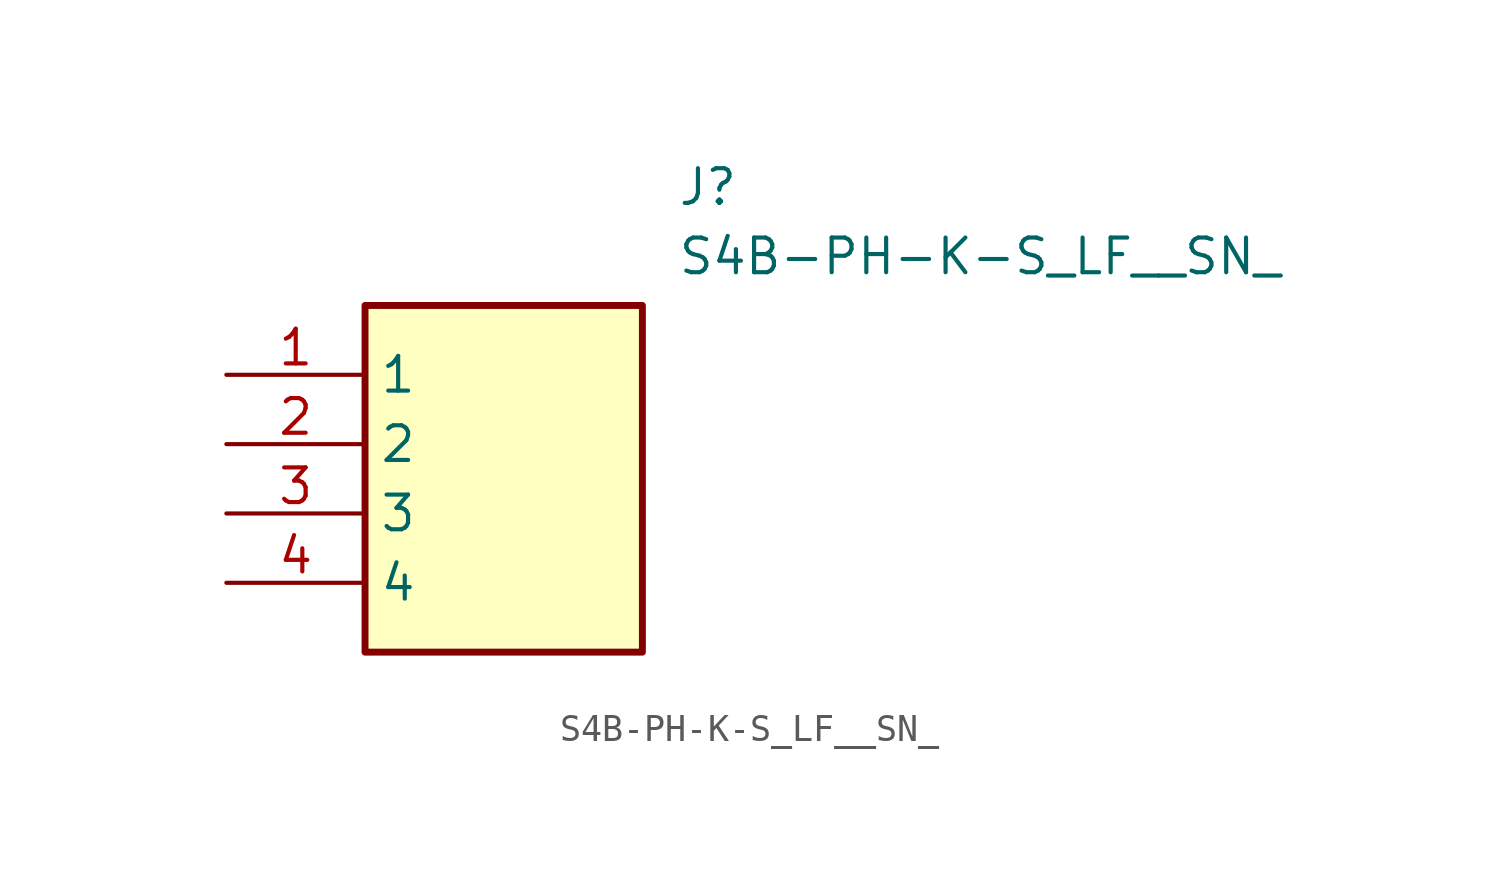
<source format=kicad_sym>
(kicad_symbol_lib
  (version 20211014)
  (generator SamacSys_ECAD_Model)
  (symbol "S4B-PH-K-S_LF__SN_"
    (property "Reference" "J"
      (at 16.51 7.62 0)
      (effects (font (size 1.27 1.27)) (justify left top)))
    (property "Value" "S4B-PH-K-S_LF__SN_"
      (at 16.51 5.08 0)
      (effects (font (size 1.27 1.27)) (justify left top)))
    (rectangle
      (start 5.08 2.54)
      (end 15.24 -10.16)
      (stroke (width 0.254) (type default))
      (fill (type background)))
    (pin passive line
      (at 0 0 0)
      (length 5.08)
      (name "1" (effects (font (size 1.27 1.27))))
      (number "1" (effects (font (size 1.27 1.27)))))
    (pin passive line
      (at 0 -2.54 0)
      (length 5.08)
      (name "2" (effects (font (size 1.27 1.27))))
      (number "2" (effects (font (size 1.27 1.27)))))
    (pin passive line
      (at 0 -5.08 0)
      (length 5.08)
      (name "3" (effects (font (size 1.27 1.27))))
      (number "3" (effects (font (size 1.27 1.27)))))
    (pin passive line
      (at 0 -7.62 0)
      (length 5.08)
      (name "4" (effects (font (size 1.27 1.27))))
      (number "4" (effects (font (size 1.27 1.27)))))))
</source>
